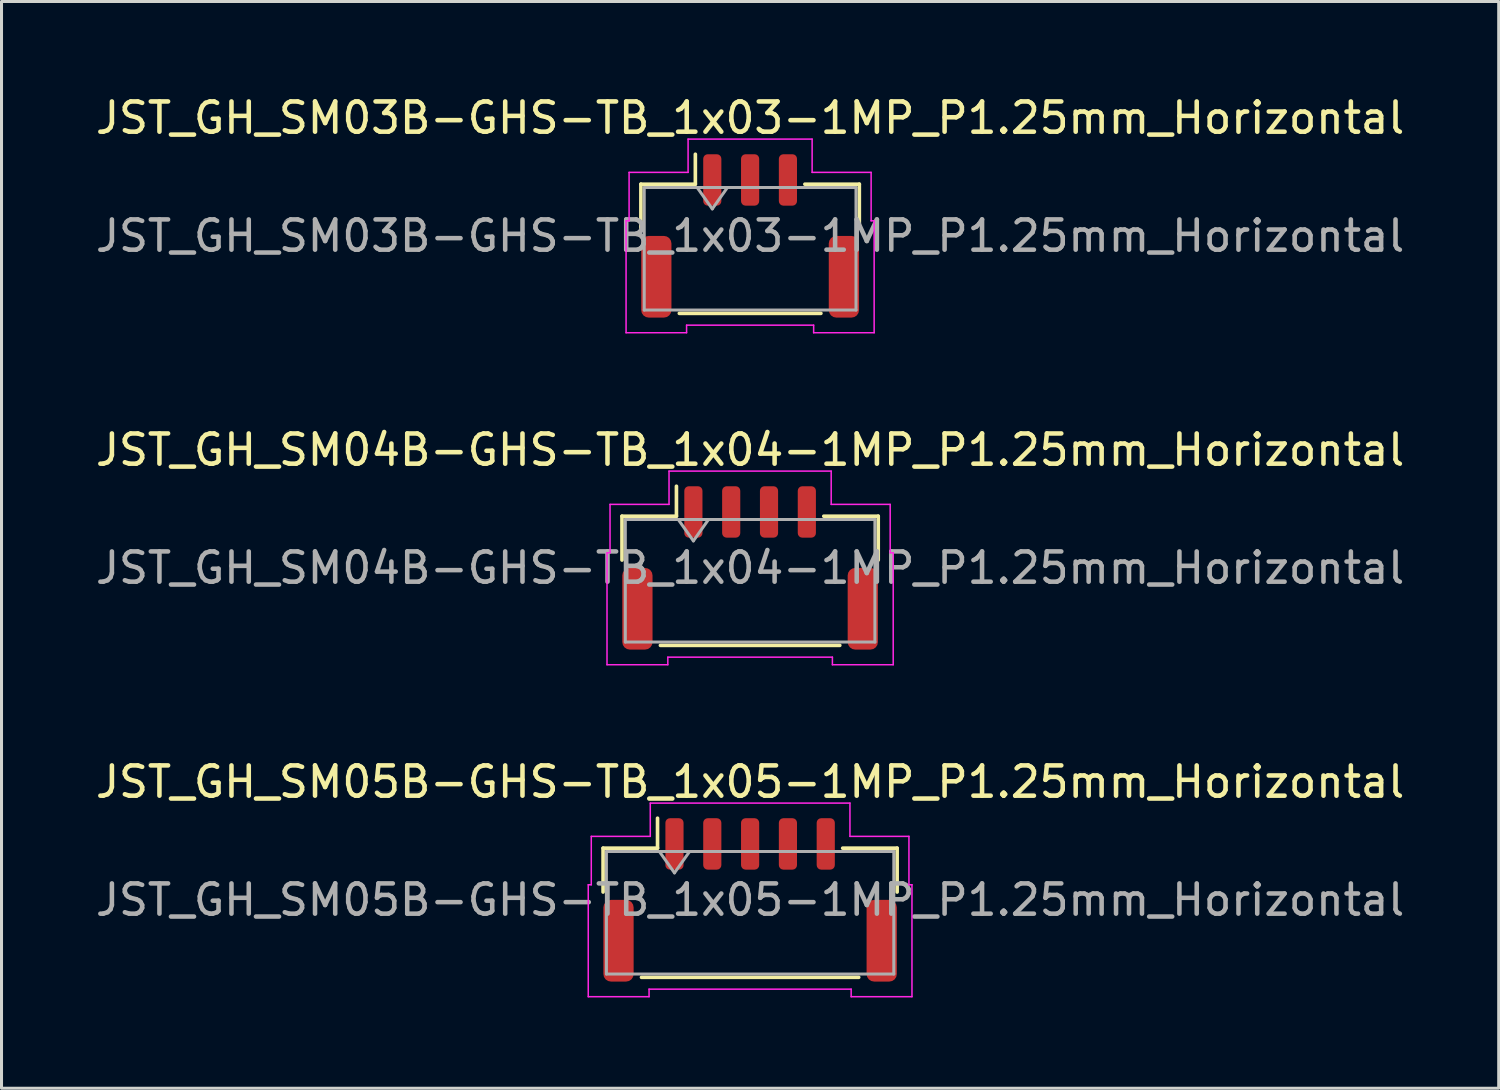
<source format=kicad_pcb>
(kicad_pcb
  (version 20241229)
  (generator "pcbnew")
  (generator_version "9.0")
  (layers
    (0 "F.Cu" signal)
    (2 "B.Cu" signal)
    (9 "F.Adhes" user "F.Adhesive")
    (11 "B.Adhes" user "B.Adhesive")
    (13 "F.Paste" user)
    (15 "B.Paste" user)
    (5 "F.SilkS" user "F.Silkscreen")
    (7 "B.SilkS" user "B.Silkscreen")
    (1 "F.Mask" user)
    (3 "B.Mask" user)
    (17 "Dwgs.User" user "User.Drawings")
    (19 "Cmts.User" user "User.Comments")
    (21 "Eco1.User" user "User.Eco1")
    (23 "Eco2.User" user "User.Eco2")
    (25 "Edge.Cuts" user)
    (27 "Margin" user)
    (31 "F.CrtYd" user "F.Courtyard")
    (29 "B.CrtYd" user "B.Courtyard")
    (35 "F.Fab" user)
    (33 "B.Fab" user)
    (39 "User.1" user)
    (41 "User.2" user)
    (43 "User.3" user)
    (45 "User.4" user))
  (footprint "JST_GH_SM05B-GHS-TB_1x05-1MP_P1.25mm_Horizontal"
    (layer "F.Cu")
    (at 21.744 26.695)
    (property "Reference" "JST_GH_SM05B-GHS-TB_1x05-1MP_P1.25mm_Horizontal" (at 0 -3.9 0) (layer "F.SilkS") (effects (font (size 1 1) (thickness 0.15))))
    (attr smd)
    (fp_line (start -4.86 -1.71) (end -3.06 -1.71) (stroke (width 0.12) (type solid)) (layer "F.SilkS"))
    (fp_line (start -4.86 -0.26) (end -4.86 -1.71) (stroke (width 0.12) (type solid)) (layer "F.SilkS"))
    (fp_line (start -3.59 2.56) (end 3.59 2.56) (stroke (width 0.12) (type solid)) (layer "F.SilkS"))
    (fp_line (start -3.06 -1.71) (end -3.06 -2.7) (stroke (width 0.12) (type solid)) (layer "F.SilkS"))
    (fp_line (start 4.86 -1.71) (end 3.06 -1.71) (stroke (width 0.12) (type solid)) (layer "F.SilkS"))
    (fp_line (start 4.86 -0.26) (end 4.86 -1.71) (stroke (width 0.12) (type solid)) (layer "F.SilkS"))
    (fp_line (start -5.35 -0.5) (end -5.25 -0.5) (stroke (width 0.05) (type solid)) (layer "F.CrtYd"))
    (fp_line (start -5.35 3.2) (end -5.35 -0.5) (stroke (width 0.05) (type solid)) (layer "F.CrtYd"))
    (fp_line (start -5.25 -2.1) (end -3.3 -2.1) (stroke (width 0.05) (type solid)) (layer "F.CrtYd"))
    (fp_line (start -5.25 -0.5) (end -5.25 -2.1) (stroke (width 0.05) (type solid)) (layer "F.CrtYd"))
    (fp_line (start -3.34 2.95) (end -3.34 3.2) (stroke (width 0.05) (type solid)) (layer "F.CrtYd"))
    (fp_line (start -3.34 3.2) (end -5.35 3.2) (stroke (width 0.05) (type solid)) (layer "F.CrtYd"))
    (fp_line (start -3.3 -3.2) (end 3.3 -3.2) (stroke (width 0.05) (type solid)) (layer "F.CrtYd"))
    (fp_line (start -3.3 -2.1) (end -3.3 -3.2) (stroke (width 0.05) (type solid)) (layer "F.CrtYd"))
    (fp_line (start 3.3 -3.2) (end 3.3 -2.1) (stroke (width 0.05) (type solid)) (layer "F.CrtYd"))
    (fp_line (start 3.3 -2.1) (end 5.25 -2.1) (stroke (width 0.05) (type solid)) (layer "F.CrtYd"))
    (fp_line (start 3.34 2.95) (end -3.34 2.95) (stroke (width 0.05) (type solid)) (layer "F.CrtYd"))
    (fp_line (start 3.34 3.2) (end 3.34 2.95) (stroke (width 0.05) (type solid)) (layer "F.CrtYd"))
    (fp_line (start 5.25 -2.1) (end 5.25 -0.5) (stroke (width 0.05) (type solid)) (layer "F.CrtYd"))
    (fp_line (start 5.25 -0.5) (end 5.35 -0.5) (stroke (width 0.05) (type solid)) (layer "F.CrtYd"))
    (fp_line (start 5.35 -0.5) (end 5.35 3.2) (stroke (width 0.05) (type solid)) (layer "F.CrtYd"))
    (fp_line (start 5.35 3.2) (end 3.34 3.2) (stroke (width 0.05) (type solid)) (layer "F.CrtYd"))
    (fp_line (start -4.75 -1.6) (end -4.75 2.45) (stroke (width 0.1) (type solid)) (layer "F.Fab"))
    (fp_line (start -4.75 -1.6) (end 4.75 -1.6) (stroke (width 0.1) (type solid)) (layer "F.Fab"))
    (fp_line (start -4.75 2.45) (end 4.75 2.45) (stroke (width 0.1) (type solid)) (layer "F.Fab"))
    (fp_line (start -3 -1.6) (end -2.5 -0.893) (stroke (width 0.1) (type solid)) (layer "F.Fab"))
    (fp_line (start -2.5 -0.893) (end -2 -1.6) (stroke (width 0.1) (type solid)) (layer "F.Fab"))
    (fp_line (start 4.75 -1.6) (end 4.75 2.45) (stroke (width 0.1) (type solid)) (layer "F.Fab"))
    (fp_text user "${REFERENCE}" (at 0 0 0) (layer "F.Fab") (effects (font (size 1 1) (thickness 0.15))))
    (pad "1" smd roundrect (at -2.5 -1.85) (size 0.6 1.7) (layers "F.Cu" "F.Mask" "F.Paste") (roundrect_rratio 0.25))
    (pad "2" smd roundrect (at -1.25 -1.85) (size 0.6 1.7) (layers "F.Cu" "F.Mask" "F.Paste") (roundrect_rratio 0.25))
    (pad "3" smd roundrect (at 0 -1.85) (size 0.6 1.7) (layers "F.Cu" "F.Mask" "F.Paste") (roundrect_rratio 0.25))
    (pad "4" smd roundrect (at 1.25 -1.85) (size 0.6 1.7) (layers "F.Cu" "F.Mask" "F.Paste") (roundrect_rratio 0.25))
    (pad "5" smd roundrect (at 2.5 -1.85) (size 0.6 1.7) (layers "F.Cu" "F.Mask" "F.Paste") (roundrect_rratio 0.25))
    (pad "MP" smd roundrect (at -4.35 1.35) (size 1 2.7) (layers "F.Cu" "F.Mask" "F.Paste") (roundrect_rratio 0.25))
    (pad "MP" smd roundrect (at 4.35 1.35) (size 1 2.7) (layers "F.Cu" "F.Mask" "F.Paste") (roundrect_rratio 0.25)))
  (footprint "JST_GH_SM04B-GHS-TB_1x04-1MP_P1.25mm_Horizontal"
    (layer "F.Cu")
    (at 21.744 15.722)
    (property "Reference" "JST_GH_SM04B-GHS-TB_1x04-1MP_P1.25mm_Horizontal" (at 0 -3.9 0) (layer "F.SilkS") (effects (font (size 1 1) (thickness 0.15))))
    (attr smd)
    (fp_line (start -4.235 -1.71) (end -2.435 -1.71) (stroke (width 0.12) (type solid)) (layer "F.SilkS"))
    (fp_line (start -4.235 -0.26) (end -4.235 -1.71) (stroke (width 0.12) (type solid)) (layer "F.SilkS"))
    (fp_line (start -2.965 2.56) (end 2.965 2.56) (stroke (width 0.12) (type solid)) (layer "F.SilkS"))
    (fp_line (start -2.435 -1.71) (end -2.435 -2.7) (stroke (width 0.12) (type solid)) (layer "F.SilkS"))
    (fp_line (start 4.235 -1.71) (end 2.435 -1.71) (stroke (width 0.12) (type solid)) (layer "F.SilkS"))
    (fp_line (start 4.235 -0.26) (end 4.235 -1.71) (stroke (width 0.12) (type solid)) (layer "F.SilkS"))
    (fp_line (start -4.73 -0.5) (end -4.63 -0.5) (stroke (width 0.05) (type solid)) (layer "F.CrtYd"))
    (fp_line (start -4.73 3.2) (end -4.73 -0.5) (stroke (width 0.05) (type solid)) (layer "F.CrtYd"))
    (fp_line (start -4.63 -2.1) (end -2.68 -2.1) (stroke (width 0.05) (type solid)) (layer "F.CrtYd"))
    (fp_line (start -4.63 -0.5) (end -4.63 -2.1) (stroke (width 0.05) (type solid)) (layer "F.CrtYd"))
    (fp_line (start -2.72 2.95) (end -2.72 3.2) (stroke (width 0.05) (type solid)) (layer "F.CrtYd"))
    (fp_line (start -2.72 3.2) (end -4.73 3.2) (stroke (width 0.05) (type solid)) (layer "F.CrtYd"))
    (fp_line (start -2.68 -3.2) (end 2.68 -3.2) (stroke (width 0.05) (type solid)) (layer "F.CrtYd"))
    (fp_line (start -2.68 -2.1) (end -2.68 -3.2) (stroke (width 0.05) (type solid)) (layer "F.CrtYd"))
    (fp_line (start 2.68 -3.2) (end 2.68 -2.1) (stroke (width 0.05) (type solid)) (layer "F.CrtYd"))
    (fp_line (start 2.68 -2.1) (end 4.63 -2.1) (stroke (width 0.05) (type solid)) (layer "F.CrtYd"))
    (fp_line (start 2.72 2.95) (end -2.72 2.95) (stroke (width 0.05) (type solid)) (layer "F.CrtYd"))
    (fp_line (start 2.72 3.2) (end 2.72 2.95) (stroke (width 0.05) (type solid)) (layer "F.CrtYd"))
    (fp_line (start 4.63 -2.1) (end 4.63 -0.5) (stroke (width 0.05) (type solid)) (layer "F.CrtYd"))
    (fp_line (start 4.63 -0.5) (end 4.73 -0.5) (stroke (width 0.05) (type solid)) (layer "F.CrtYd"))
    (fp_line (start 4.73 -0.5) (end 4.73 3.2) (stroke (width 0.05) (type solid)) (layer "F.CrtYd"))
    (fp_line (start 4.73 3.2) (end 2.72 3.2) (stroke (width 0.05) (type solid)) (layer "F.CrtYd"))
    (fp_line (start -4.125 -1.6) (end -4.125 2.45) (stroke (width 0.1) (type solid)) (layer "F.Fab"))
    (fp_line (start -4.125 -1.6) (end 4.125 -1.6) (stroke (width 0.1) (type solid)) (layer "F.Fab"))
    (fp_line (start -4.125 2.45) (end 4.125 2.45) (stroke (width 0.1) (type solid)) (layer "F.Fab"))
    (fp_line (start -2.375 -1.6) (end -1.875 -0.893) (stroke (width 0.1) (type solid)) (layer "F.Fab"))
    (fp_line (start -1.875 -0.893) (end -1.375 -1.6) (stroke (width 0.1) (type solid)) (layer "F.Fab"))
    (fp_line (start 4.125 -1.6) (end 4.125 2.45) (stroke (width 0.1) (type solid)) (layer "F.Fab"))
    (fp_text user "${REFERENCE}" (at 0 0 0) (layer "F.Fab") (effects (font (size 1 1) (thickness 0.15))))
    (pad "1" smd roundrect (at -1.875 -1.85) (size 0.6 1.7) (layers "F.Cu" "F.Mask" "F.Paste") (roundrect_rratio 0.25))
    (pad "2" smd roundrect (at -0.625 -1.85) (size 0.6 1.7) (layers "F.Cu" "F.Mask" "F.Paste") (roundrect_rratio 0.25))
    (pad "3" smd roundrect (at 0.625 -1.85) (size 0.6 1.7) (layers "F.Cu" "F.Mask" "F.Paste") (roundrect_rratio 0.25))
    (pad "4" smd roundrect (at 1.875 -1.85) (size 0.6 1.7) (layers "F.Cu" "F.Mask" "F.Paste") (roundrect_rratio 0.25))
    (pad "MP" smd roundrect (at -3.725 1.35) (size 1 2.7) (layers "F.Cu" "F.Mask" "F.Paste") (roundrect_rratio 0.25))
    (pad "MP" smd roundrect (at 3.725 1.35) (size 1 2.7) (layers "F.Cu" "F.Mask" "F.Paste") (roundrect_rratio 0.25)))
  (footprint "JST_GH_SM03B-GHS-TB_1x03-1MP_P1.25mm_Horizontal"
    (layer "F.Cu")
    (at 21.744 4.748)
    (property "Reference" "JST_GH_SM03B-GHS-TB_1x03-1MP_P1.25mm_Horizontal" (at 0 -3.9 0) (layer "F.SilkS") (effects (font (size 1 1) (thickness 0.15))))
    (attr smd)
    (fp_line (start -3.61 -1.71) (end -1.81 -1.71) (stroke (width 0.12) (type solid)) (layer "F.SilkS"))
    (fp_line (start -3.61 -0.26) (end -3.61 -1.71) (stroke (width 0.12) (type solid)) (layer "F.SilkS"))
    (fp_line (start -2.34 2.56) (end 2.34 2.56) (stroke (width 0.12) (type solid)) (layer "F.SilkS"))
    (fp_line (start -1.81 -1.71) (end -1.81 -2.7) (stroke (width 0.12) (type solid)) (layer "F.SilkS"))
    (fp_line (start 3.61 -1.71) (end 1.81 -1.71) (stroke (width 0.12) (type solid)) (layer "F.SilkS"))
    (fp_line (start 3.61 -0.26) (end 3.61 -1.71) (stroke (width 0.12) (type solid)) (layer "F.SilkS"))
    (fp_line (start -4.1 -0.5) (end -4 -0.5) (stroke (width 0.05) (type solid)) (layer "F.CrtYd"))
    (fp_line (start -4.1 3.2) (end -4.1 -0.5) (stroke (width 0.05) (type solid)) (layer "F.CrtYd"))
    (fp_line (start -4 -2.1) (end -2.05 -2.1) (stroke (width 0.05) (type solid)) (layer "F.CrtYd"))
    (fp_line (start -4 -0.5) (end -4 -2.1) (stroke (width 0.05) (type solid)) (layer "F.CrtYd"))
    (fp_line (start -2.1 2.95) (end -2.1 3.2) (stroke (width 0.05) (type solid)) (layer "F.CrtYd"))
    (fp_line (start -2.1 3.2) (end -4.1 3.2) (stroke (width 0.05) (type solid)) (layer "F.CrtYd"))
    (fp_line (start -2.05 -3.2) (end 2.05 -3.2) (stroke (width 0.05) (type solid)) (layer "F.CrtYd"))
    (fp_line (start -2.05 -2.1) (end -2.05 -3.2) (stroke (width 0.05) (type solid)) (layer "F.CrtYd"))
    (fp_line (start 2.05 -3.2) (end 2.05 -2.1) (stroke (width 0.05) (type solid)) (layer "F.CrtYd"))
    (fp_line (start 2.05 -2.1) (end 4 -2.1) (stroke (width 0.05) (type solid)) (layer "F.CrtYd"))
    (fp_line (start 2.1 2.95) (end -2.1 2.95) (stroke (width 0.05) (type solid)) (layer "F.CrtYd"))
    (fp_line (start 2.1 3.2) (end 2.1 2.95) (stroke (width 0.05) (type solid)) (layer "F.CrtYd"))
    (fp_line (start 4 -2.1) (end 4 -0.5) (stroke (width 0.05) (type solid)) (layer "F.CrtYd"))
    (fp_line (start 4 -0.5) (end 4.1 -0.5) (stroke (width 0.05) (type solid)) (layer "F.CrtYd"))
    (fp_line (start 4.1 -0.5) (end 4.1 3.2) (stroke (width 0.05) (type solid)) (layer "F.CrtYd"))
    (fp_line (start 4.1 3.2) (end 2.1 3.2) (stroke (width 0.05) (type solid)) (layer "F.CrtYd"))
    (fp_line (start -3.5 -1.6) (end -3.5 2.45) (stroke (width 0.1) (type solid)) (layer "F.Fab"))
    (fp_line (start -3.5 -1.6) (end 3.5 -1.6) (stroke (width 0.1) (type solid)) (layer "F.Fab"))
    (fp_line (start -3.5 2.45) (end 3.5 2.45) (stroke (width 0.1) (type solid)) (layer "F.Fab"))
    (fp_line (start -1.75 -1.6) (end -1.25 -0.893) (stroke (width 0.1) (type solid)) (layer "F.Fab"))
    (fp_line (start -1.25 -0.893) (end -0.75 -1.6) (stroke (width 0.1) (type solid)) (layer "F.Fab"))
    (fp_line (start 3.5 -1.6) (end 3.5 2.45) (stroke (width 0.1) (type solid)) (layer "F.Fab"))
    (fp_text user "${REFERENCE}" (at 0 0 0) (layer "F.Fab") (effects (font (size 1 1) (thickness 0.15))))
    (pad "1" smd roundrect (at -1.25 -1.85) (size 0.6 1.7) (layers "F.Cu" "F.Mask" "F.Paste") (roundrect_rratio 0.25))
    (pad "2" smd roundrect (at 0 -1.85) (size 0.6 1.7) (layers "F.Cu" "F.Mask" "F.Paste") (roundrect_rratio 0.25))
    (pad "3" smd roundrect (at 1.25 -1.85) (size 0.6 1.7) (layers "F.Cu" "F.Mask" "F.Paste") (roundrect_rratio 0.25))
    (pad "MP" smd roundrect (at -3.1 1.35) (size 1 2.7) (layers "F.Cu" "F.Mask" "F.Paste") (roundrect_rratio 0.25))
    (pad "MP" smd roundrect (at 3.1 1.35) (size 1 2.7) (layers "F.Cu" "F.Mask" "F.Paste") (roundrect_rratio 0.25)))
  (gr_rect
    (start -3 -3)
    (end 46.488 32.92)
    (stroke (width 0.1) (type default))
    (fill no)
    (layer "Edge.Cuts")))
</source>
